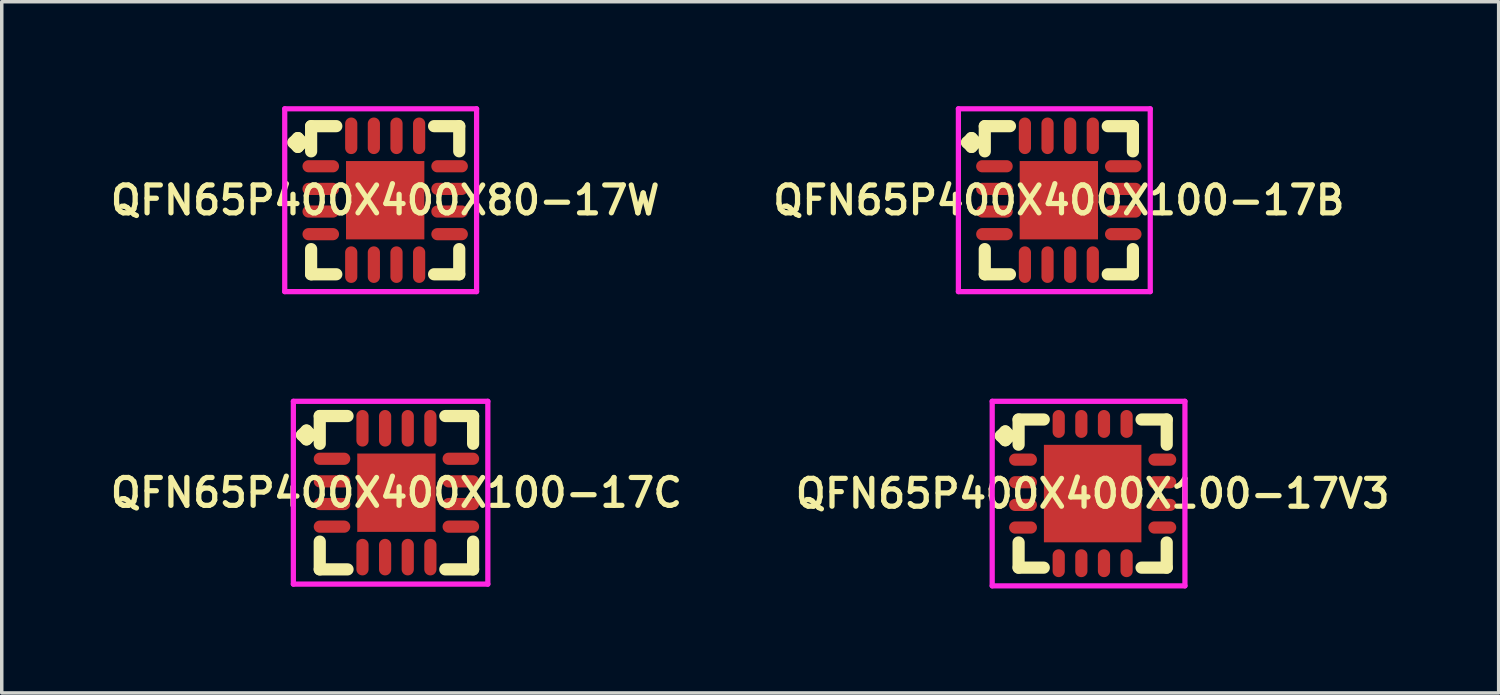
<source format=kicad_pcb>
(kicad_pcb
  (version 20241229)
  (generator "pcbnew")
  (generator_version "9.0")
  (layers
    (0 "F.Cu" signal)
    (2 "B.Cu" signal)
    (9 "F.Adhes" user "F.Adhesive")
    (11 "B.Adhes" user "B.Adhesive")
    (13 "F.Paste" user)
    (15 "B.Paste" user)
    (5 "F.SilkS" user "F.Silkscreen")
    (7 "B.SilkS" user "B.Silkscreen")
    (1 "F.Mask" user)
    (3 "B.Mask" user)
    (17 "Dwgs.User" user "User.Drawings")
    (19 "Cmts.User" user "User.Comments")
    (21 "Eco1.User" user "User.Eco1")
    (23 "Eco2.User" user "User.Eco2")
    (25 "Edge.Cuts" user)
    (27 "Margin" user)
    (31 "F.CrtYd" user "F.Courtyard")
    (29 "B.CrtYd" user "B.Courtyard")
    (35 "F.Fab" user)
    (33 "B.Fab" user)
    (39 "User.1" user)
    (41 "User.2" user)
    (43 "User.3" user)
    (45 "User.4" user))
  (footprint "QFN65P400X400X80-17W"
    (layer "F.Cu")
    (at 8.012 2.7)
    (property "Reference" "QFN65P400X400X80-17W" (at 0 0 0) (layer "F.SilkS") (effects (font (size 0.8 0.8) (thickness 0.15))))
    (attr smd)
    (fp_line (start -2.635 -1.658) (end -2.508 -1.785) (stroke (width 0.35) (type solid)) (layer "F.SilkS"))
    (fp_line (start -2.508 -1.785) (end -2.381 -1.658) (stroke (width 0.35) (type solid)) (layer "F.SilkS"))
    (fp_line (start -2.508 -1.531) (end -2.635 -1.658) (stroke (width 0.35) (type solid)) (layer "F.SilkS"))
    (fp_line (start -2.381 -1.658) (end -2.508 -1.531) (stroke (width 0.35) (type solid)) (layer "F.SilkS"))
    (fp_line (start -2.127 -2.127) (end -1.404 -2.127) (stroke (width 0.35) (type solid)) (layer "F.SilkS"))
    (fp_line (start -2.127 -1.404) (end -2.127 -2.127) (stroke (width 0.35) (type solid)) (layer "F.SilkS"))
    (fp_line (start -2.127 1.404) (end -2.127 2.127) (stroke (width 0.35) (type solid)) (layer "F.SilkS"))
    (fp_line (start -2.127 2.127) (end -1.404 2.127) (stroke (width 0.35) (type solid)) (layer "F.SilkS"))
    (fp_line (start 1.404 -2.127) (end 2.127 -2.127) (stroke (width 0.35) (type solid)) (layer "F.SilkS"))
    (fp_line (start 1.404 2.127) (end 2.127 2.127) (stroke (width 0.35) (type solid)) (layer "F.SilkS"))
    (fp_line (start 2.127 -2.127) (end 2.127 -1.404) (stroke (width 0.35) (type solid)) (layer "F.SilkS"))
    (fp_line (start 2.127 2.127) (end 2.127 1.404) (stroke (width 0.35) (type solid)) (layer "F.SilkS"))
    (fp_line (start -2.885 -2.625) (end 2.625 -2.625) (stroke (width 0.15) (type solid)) (layer "F.CrtYd"))
    (fp_line (start -2.885 2.625) (end -2.885 -2.625) (stroke (width 0.15) (type solid)) (layer "F.CrtYd"))
    (fp_line (start 2.625 -2.625) (end 2.625 2.625) (stroke (width 0.15) (type solid)) (layer "F.CrtYd"))
    (fp_line (start 2.625 2.625) (end -2.885 2.625) (stroke (width 0.15) (type solid)) (layer "F.CrtYd"))
    (pad "1" smd oval (at -1.85 -0.975) (size 1.05 0.35) (layers "F.Cu" "F.Mask" "F.Paste"))
    (pad "2" smd oval (at -1.85 -0.325) (size 1.05 0.35) (layers "F.Cu" "F.Mask" "F.Paste"))
    (pad "3" smd oval (at -1.85 0.325) (size 1.05 0.35) (layers "F.Cu" "F.Mask" "F.Paste"))
    (pad "4" smd oval (at -1.85 0.975) (size 1.05 0.35) (layers "F.Cu" "F.Mask" "F.Paste"))
    (pad "5" smd oval (at -0.975 1.85) (size 0.35 1.05) (layers "F.Cu" "F.Mask" "F.Paste"))
    (pad "6" smd oval (at -0.325 1.85) (size 0.35 1.05) (layers "F.Cu" "F.Mask" "F.Paste"))
    (pad "7" smd oval (at 0.325 1.85) (size 0.35 1.05) (layers "F.Cu" "F.Mask" "F.Paste"))
    (pad "8" smd oval (at 0.975 1.85) (size 0.35 1.05) (layers "F.Cu" "F.Mask" "F.Paste"))
    (pad "9" smd oval (at 1.85 0.975) (size 1.05 0.35) (layers "F.Cu" "F.Mask" "F.Paste"))
    (pad "10" smd oval (at 1.85 0.325) (size 1.05 0.35) (layers "F.Cu" "F.Mask" "F.Paste"))
    (pad "11" smd oval (at 1.85 -0.325) (size 1.05 0.35) (layers "F.Cu" "F.Mask" "F.Paste"))
    (pad "12" smd oval (at 1.85 -0.975) (size 1.05 0.35) (layers "F.Cu" "F.Mask" "F.Paste"))
    (pad "13" smd oval (at 0.975 -1.85) (size 0.35 1.05) (layers "F.Cu" "F.Mask" "F.Paste"))
    (pad "14" smd oval (at 0.325 -1.85) (size 0.35 1.05) (layers "F.Cu" "F.Mask" "F.Paste"))
    (pad "15" smd oval (at -0.325 -1.85) (size 0.35 1.05) (layers "F.Cu" "F.Mask" "F.Paste"))
    (pad "16" smd oval (at -0.975 -1.85) (size 0.35 1.05) (layers "F.Cu" "F.Mask" "F.Paste"))
    (pad "17" smd rect (at 0 0) (size 2.25 2.25) (layers "F.Cu" "F.Mask" "F.Paste")))
  (footprint "QFN65P400X400X100-17B"
    (layer "F.Cu")
    (at 27.359 2.7)
    (property "Reference" "QFN65P400X400X100-17B" (at 0 0 0) (layer "F.SilkS") (effects (font (size 0.8 0.8) (thickness 0.15))))
    (attr smd)
    (fp_line (start -2.635 -1.658) (end -2.508 -1.785) (stroke (width 0.35) (type solid)) (layer "F.SilkS"))
    (fp_line (start -2.508 -1.785) (end -2.381 -1.658) (stroke (width 0.35) (type solid)) (layer "F.SilkS"))
    (fp_line (start -2.508 -1.531) (end -2.635 -1.658) (stroke (width 0.35) (type solid)) (layer "F.SilkS"))
    (fp_line (start -2.381 -1.658) (end -2.508 -1.531) (stroke (width 0.35) (type solid)) (layer "F.SilkS"))
    (fp_line (start -2.127 -2.127) (end -1.404 -2.127) (stroke (width 0.35) (type solid)) (layer "F.SilkS"))
    (fp_line (start -2.127 -1.404) (end -2.127 -2.127) (stroke (width 0.35) (type solid)) (layer "F.SilkS"))
    (fp_line (start -2.127 1.404) (end -2.127 2.127) (stroke (width 0.35) (type solid)) (layer "F.SilkS"))
    (fp_line (start -2.127 2.127) (end -1.404 2.127) (stroke (width 0.35) (type solid)) (layer "F.SilkS"))
    (fp_line (start 1.404 -2.127) (end 2.127 -2.127) (stroke (width 0.35) (type solid)) (layer "F.SilkS"))
    (fp_line (start 1.404 2.127) (end 2.127 2.127) (stroke (width 0.35) (type solid)) (layer "F.SilkS"))
    (fp_line (start 2.127 -2.127) (end 2.127 -1.404) (stroke (width 0.35) (type solid)) (layer "F.SilkS"))
    (fp_line (start 2.127 2.127) (end 2.127 1.404) (stroke (width 0.35) (type solid)) (layer "F.SilkS"))
    (fp_line (start -2.885 -2.625) (end 2.625 -2.625) (stroke (width 0.15) (type solid)) (layer "F.CrtYd"))
    (fp_line (start -2.885 2.625) (end -2.885 -2.625) (stroke (width 0.15) (type solid)) (layer "F.CrtYd"))
    (fp_line (start 2.625 -2.625) (end 2.625 2.625) (stroke (width 0.15) (type solid)) (layer "F.CrtYd"))
    (fp_line (start 2.625 2.625) (end -2.885 2.625) (stroke (width 0.15) (type solid)) (layer "F.CrtYd"))
    (pad "1" smd oval (at -1.85 -0.975) (size 1.05 0.35) (layers "F.Cu" "F.Mask" "F.Paste"))
    (pad "2" smd oval (at -1.85 -0.325) (size 1.05 0.35) (layers "F.Cu" "F.Mask" "F.Paste"))
    (pad "3" smd oval (at -1.85 0.325) (size 1.05 0.35) (layers "F.Cu" "F.Mask" "F.Paste"))
    (pad "4" smd oval (at -1.85 0.975) (size 1.05 0.35) (layers "F.Cu" "F.Mask" "F.Paste"))
    (pad "5" smd oval (at -0.975 1.85) (size 0.35 1.05) (layers "F.Cu" "F.Mask" "F.Paste"))
    (pad "6" smd oval (at -0.325 1.85) (size 0.35 1.05) (layers "F.Cu" "F.Mask" "F.Paste"))
    (pad "7" smd oval (at 0.325 1.85) (size 0.35 1.05) (layers "F.Cu" "F.Mask" "F.Paste"))
    (pad "8" smd oval (at 0.975 1.85) (size 0.35 1.05) (layers "F.Cu" "F.Mask" "F.Paste"))
    (pad "9" smd oval (at 1.85 0.975) (size 1.05 0.35) (layers "F.Cu" "F.Mask" "F.Paste"))
    (pad "10" smd oval (at 1.85 0.325) (size 1.05 0.35) (layers "F.Cu" "F.Mask" "F.Paste"))
    (pad "11" smd oval (at 1.85 -0.325) (size 1.05 0.35) (layers "F.Cu" "F.Mask" "F.Paste"))
    (pad "12" smd oval (at 1.85 -0.975) (size 1.05 0.35) (layers "F.Cu" "F.Mask" "F.Paste"))
    (pad "13" smd oval (at 0.975 -1.85) (size 0.35 1.05) (layers "F.Cu" "F.Mask" "F.Paste"))
    (pad "14" smd oval (at 0.325 -1.85) (size 0.35 1.05) (layers "F.Cu" "F.Mask" "F.Paste"))
    (pad "15" smd oval (at -0.325 -1.85) (size 0.35 1.05) (layers "F.Cu" "F.Mask" "F.Paste"))
    (pad "16" smd oval (at -0.975 -1.85) (size 0.35 1.05) (layers "F.Cu" "F.Mask" "F.Paste"))
    (pad "17" smd rect (at 0 0) (size 2.25 2.25) (layers "F.Cu" "F.Mask" "F.Paste")))
  (footprint "QFN65P400X400X100-17C"
    (layer "F.Cu")
    (at 8.335 11.1)
    (property "Reference" "QFN65P400X400X100-17C" (at 0 0 0) (layer "F.SilkS") (effects (font (size 0.8 0.8) (thickness 0.15))))
    (attr smd)
    (fp_line (start -2.71 -1.658) (end -2.583 -1.785) (stroke (width 0.35) (type solid)) (layer "F.SilkS"))
    (fp_line (start -2.583 -1.785) (end -2.456 -1.658) (stroke (width 0.35) (type solid)) (layer "F.SilkS"))
    (fp_line (start -2.583 -1.531) (end -2.71 -1.658) (stroke (width 0.35) (type solid)) (layer "F.SilkS"))
    (fp_line (start -2.456 -1.658) (end -2.583 -1.531) (stroke (width 0.35) (type solid)) (layer "F.SilkS"))
    (fp_line (start -2.202 -2.202) (end -1.404 -2.202) (stroke (width 0.35) (type solid)) (layer "F.SilkS"))
    (fp_line (start -2.202 -1.404) (end -2.202 -2.202) (stroke (width 0.35) (type solid)) (layer "F.SilkS"))
    (fp_line (start -2.202 1.404) (end -2.202 2.202) (stroke (width 0.35) (type solid)) (layer "F.SilkS"))
    (fp_line (start -2.202 2.202) (end -1.404 2.202) (stroke (width 0.35) (type solid)) (layer "F.SilkS"))
    (fp_line (start 1.404 -2.202) (end 2.202 -2.202) (stroke (width 0.35) (type solid)) (layer "F.SilkS"))
    (fp_line (start 1.404 2.202) (end 2.202 2.202) (stroke (width 0.35) (type solid)) (layer "F.SilkS"))
    (fp_line (start 2.202 -2.202) (end 2.202 -1.404) (stroke (width 0.35) (type solid)) (layer "F.SilkS"))
    (fp_line (start 2.202 2.202) (end 2.202 1.404) (stroke (width 0.35) (type solid)) (layer "F.SilkS"))
    (fp_line (start -2.96 -2.625) (end 2.625 -2.625) (stroke (width 0.15) (type solid)) (layer "F.CrtYd"))
    (fp_line (start -2.96 2.625) (end -2.96 -2.625) (stroke (width 0.15) (type solid)) (layer "F.CrtYd"))
    (fp_line (start 2.625 -2.625) (end 2.625 2.625) (stroke (width 0.15) (type solid)) (layer "F.CrtYd"))
    (fp_line (start 2.625 2.625) (end -2.96 2.625) (stroke (width 0.15) (type solid)) (layer "F.CrtYd"))
    (pad "1" smd oval (at -1.85 -0.975) (size 1.05 0.35) (layers "F.Cu" "F.Mask" "F.Paste"))
    (pad "2" smd oval (at -1.85 -0.325) (size 1.05 0.35) (layers "F.Cu" "F.Mask" "F.Paste"))
    (pad "3" smd oval (at -1.85 0.325) (size 1.05 0.35) (layers "F.Cu" "F.Mask" "F.Paste"))
    (pad "4" smd oval (at -1.85 0.975) (size 1.05 0.35) (layers "F.Cu" "F.Mask" "F.Paste"))
    (pad "5" smd oval (at -0.975 1.85) (size 0.35 1.05) (layers "F.Cu" "F.Mask" "F.Paste"))
    (pad "6" smd oval (at -0.325 1.85) (size 0.35 1.05) (layers "F.Cu" "F.Mask" "F.Paste"))
    (pad "7" smd oval (at 0.325 1.85) (size 0.35 1.05) (layers "F.Cu" "F.Mask" "F.Paste"))
    (pad "8" smd oval (at 0.975 1.85) (size 0.35 1.05) (layers "F.Cu" "F.Mask" "F.Paste"))
    (pad "9" smd oval (at 1.85 0.975) (size 1.05 0.35) (layers "F.Cu" "F.Mask" "F.Paste"))
    (pad "10" smd oval (at 1.85 0.325) (size 1.05 0.35) (layers "F.Cu" "F.Mask" "F.Paste"))
    (pad "11" smd oval (at 1.85 -0.325) (size 1.05 0.35) (layers "F.Cu" "F.Mask" "F.Paste"))
    (pad "12" smd oval (at 1.85 -0.975) (size 1.05 0.35) (layers "F.Cu" "F.Mask" "F.Paste"))
    (pad "13" smd oval (at 0.975 -1.85) (size 0.35 1.05) (layers "F.Cu" "F.Mask" "F.Paste"))
    (pad "14" smd oval (at 0.325 -1.85) (size 0.35 1.05) (layers "F.Cu" "F.Mask" "F.Paste"))
    (pad "15" smd oval (at -0.325 -1.85) (size 0.35 1.05) (layers "F.Cu" "F.Mask" "F.Paste"))
    (pad "16" smd oval (at -0.975 -1.85) (size 0.35 1.05) (layers "F.Cu" "F.Mask" "F.Paste"))
    (pad "17" smd rect (at 0 0) (size 2.25 2.25) (layers "F.Cu" "F.Mask" "F.Paste")))
  (footprint "QFN65P400X400X100-17V3"
    (layer "F.Cu")
    (at 28.33 11.125)
    (property "Reference" "QFN65P400X400X100-17V3" (at 0 0 0) (layer "F.SilkS") (effects (font (size 0.8 0.8) (thickness 0.15))))
    (attr smd)
    (fp_line (start -2.635 -1.658) (end -2.508 -1.785) (stroke (width 0.35) (type solid)) (layer "F.SilkS"))
    (fp_line (start -2.508 -1.785) (end -2.381 -1.658) (stroke (width 0.35) (type solid)) (layer "F.SilkS"))
    (fp_line (start -2.508 -1.531) (end -2.635 -1.658) (stroke (width 0.35) (type solid)) (layer "F.SilkS"))
    (fp_line (start -2.381 -1.658) (end -2.508 -1.531) (stroke (width 0.35) (type solid)) (layer "F.SilkS"))
    (fp_line (start -2.127 -2.127) (end -1.404 -2.127) (stroke (width 0.35) (type solid)) (layer "F.SilkS"))
    (fp_line (start -2.127 -1.404) (end -2.127 -2.127) (stroke (width 0.35) (type solid)) (layer "F.SilkS"))
    (fp_line (start -2.127 1.404) (end -2.127 2.127) (stroke (width 0.35) (type solid)) (layer "F.SilkS"))
    (fp_line (start -2.127 2.127) (end -1.404 2.127) (stroke (width 0.35) (type solid)) (layer "F.SilkS"))
    (fp_line (start 1.404 -2.127) (end 2.127 -2.127) (stroke (width 0.35) (type solid)) (layer "F.SilkS"))
    (fp_line (start 1.404 2.127) (end 2.127 2.127) (stroke (width 0.35) (type solid)) (layer "F.SilkS"))
    (fp_line (start 2.127 -2.127) (end 2.127 -1.404) (stroke (width 0.35) (type solid)) (layer "F.SilkS"))
    (fp_line (start 2.127 2.127) (end 2.127 1.404) (stroke (width 0.35) (type solid)) (layer "F.SilkS"))
    (fp_line (start -2.885 -2.65) (end 2.65 -2.65) (stroke (width 0.15) (type solid)) (layer "F.CrtYd"))
    (fp_line (start -2.885 2.65) (end -2.885 -2.65) (stroke (width 0.15) (type solid)) (layer "F.CrtYd"))
    (fp_line (start 2.65 -2.65) (end 2.65 2.65) (stroke (width 0.15) (type solid)) (layer "F.CrtYd"))
    (fp_line (start 2.65 2.65) (end -2.885 2.65) (stroke (width 0.15) (type solid)) (layer "F.CrtYd"))
    (pad "1" smd oval (at -2 -0.975) (size 0.8 0.35) (layers "F.Cu" "F.Mask" "F.Paste"))
    (pad "2" smd oval (at -2 -0.325) (size 0.8 0.35) (layers "F.Cu" "F.Mask" "F.Paste"))
    (pad "3" smd oval (at -2 0.325) (size 0.8 0.35) (layers "F.Cu" "F.Mask" "F.Paste"))
    (pad "4" smd oval (at -2 0.975) (size 0.8 0.35) (layers "F.Cu" "F.Mask" "F.Paste"))
    (pad "5" smd oval (at -0.975 2) (size 0.35 0.8) (layers "F.Cu" "F.Mask" "F.Paste"))
    (pad "6" smd oval (at -0.325 2) (size 0.35 0.8) (layers "F.Cu" "F.Mask" "F.Paste"))
    (pad "7" smd oval (at 0.325 2) (size 0.35 0.8) (layers "F.Cu" "F.Mask" "F.Paste"))
    (pad "8" smd oval (at 0.975 2) (size 0.35 0.8) (layers "F.Cu" "F.Mask" "F.Paste"))
    (pad "9" smd oval (at 2 0.975) (size 0.8 0.35) (layers "F.Cu" "F.Mask" "F.Paste"))
    (pad "10" smd oval (at 2 0.325) (size 0.8 0.35) (layers "F.Cu" "F.Mask" "F.Paste"))
    (pad "11" smd oval (at 2 -0.325) (size 0.8 0.35) (layers "F.Cu" "F.Mask" "F.Paste"))
    (pad "12" smd oval (at 2 -0.975) (size 0.8 0.35) (layers "F.Cu" "F.Mask" "F.Paste"))
    (pad "13" smd oval (at 0.975 -2) (size 0.35 0.8) (layers "F.Cu" "F.Mask" "F.Paste"))
    (pad "14" smd oval (at 0.325 -2) (size 0.35 0.8) (layers "F.Cu" "F.Mask" "F.Paste"))
    (pad "15" smd oval (at -0.325 -2) (size 0.35 0.8) (layers "F.Cu" "F.Mask" "F.Paste"))
    (pad "16" smd oval (at -0.975 -2) (size 0.35 0.8) (layers "F.Cu" "F.Mask" "F.Paste"))
    (pad "17" smd rect (at 0 0) (size 2.8 2.8) (layers "F.Cu" "F.Mask" "F.Paste")))
  (gr_rect
    (start -3 -3)
    (end 39.99 16.85)
    (stroke (width 0.1) (type default))
    (fill no)
    (layer "Edge.Cuts")))
</source>
